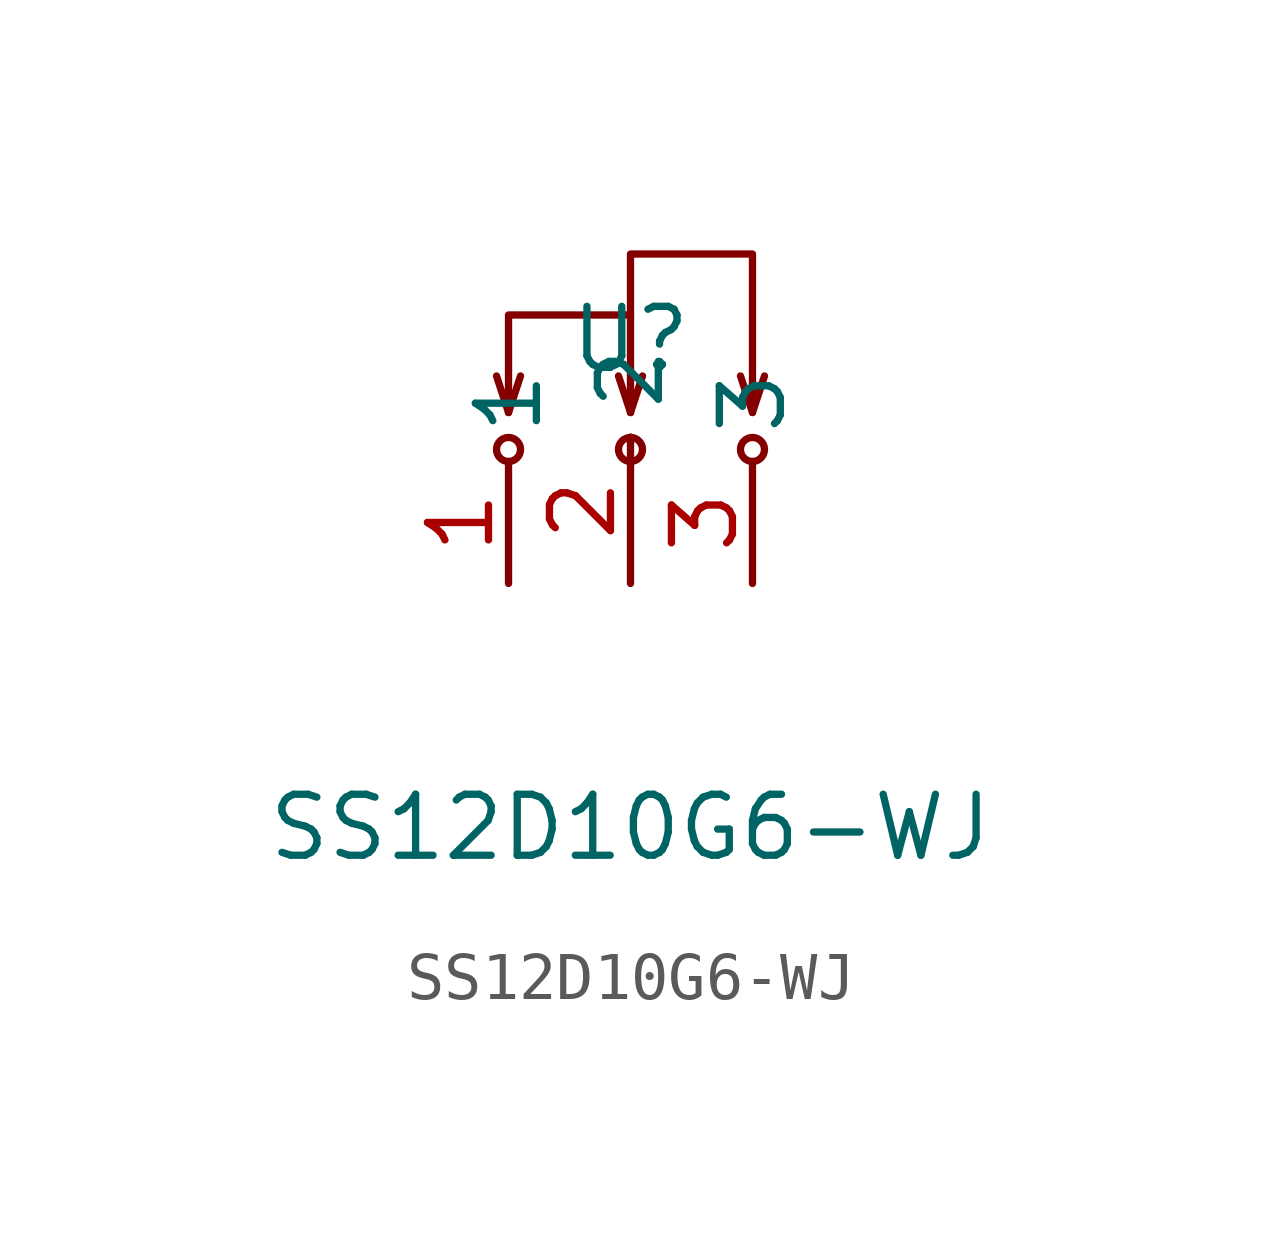
<source format=kicad_sym>
(kicad_symbol_lib
  (version 20211014)
  (generator https://github.com/uPesy/easyeda2kicad.py)
  (symbol "SS12D10G6-WJ"
    (property "Reference" "U"
      (at 0 2.54 0)
      (effects (font (size 1.27 1.27))))
    (property "Value" "SS12D10G6-WJ"
      (at 0 -7.62 0)
      (effects (font (size 1.27 1.27))))
    (symbol "SS12D10G6-WJ_0_1"
      (circle (center -2.54 0.25) (radius 0.25) (stroke (width 0) (type default) (color 0 0 0 0)) (fill (type none)))
      (circle (center 0.00 0.25) (radius 0.25) (stroke (width 0) (type default) (color 0 0 0 0)) (fill (type none)))
      (circle (center 2.54 0.25) (radius 0.25) (stroke (width 0) (type default) (color 0 0 0 0)) (fill (type none)))
      (polyline (pts (xy -2.54 1.02) (xy -2.54 3.05) (xy 0.00 3.05) (xy 0.00 1.02)) (stroke (width 0) (type default) (color 0 0 0 0)) (fill (type none)))
      (polyline (pts (xy -2.54 1.02) (xy -2.79 1.78)) (stroke (width 0) (type default) (color 0 0 0 0)) (fill (type none)))
      (polyline (pts (xy -2.54 1.02) (xy -2.29 1.78)) (stroke (width 0) (type default) (color 0 0 0 0)) (fill (type none)))
      (polyline (pts (xy 0.00 1.02) (xy 0.25 1.78)) (stroke (width 0) (type default) (color 0 0 0 0)) (fill (type none)))
      (polyline (pts (xy 0.00 1.02) (xy -0.25 1.78)) (stroke (width 0) (type default) (color 0 0 0 0)) (fill (type none)))
      (polyline (pts (xy 2.54 1.02) (xy 2.29 1.78)) (stroke (width 0) (type default) (color 0 0 0 0)) (fill (type none)))
      (polyline (pts (xy 2.54 1.02) (xy 2.79 1.78)) (stroke (width 0) (type default) (color 0 0 0 0)) (fill (type none)))
      (polyline (pts (xy 2.54 1.27) (xy 2.54 4.32) (xy 0.00 4.32) (xy 0.00 3.05)) (stroke (width 0) (type default) (color 0 0 0 0)) (fill (type none)))
      (pin unspecified line (at 2.54 -2.54 90) (length 2.54) (name "3" (effects (font (size 1.27 1.27)))) (number "3" (effects (font (size 1.27 1.27)))))
      (pin unspecified line (at 0.00 -2.54 90) (length 3.048) (name "2" (effects (font (size 1.27 1.27)))) (number "2" (effects (font (size 1.27 1.27)))))
      (pin unspecified line (at -2.54 -2.54 90) (length 2.54) (name "1" (effects (font (size 1.27 1.27)))) (number "1" (effects (font (size 1.27 1.27))))))))
</source>
